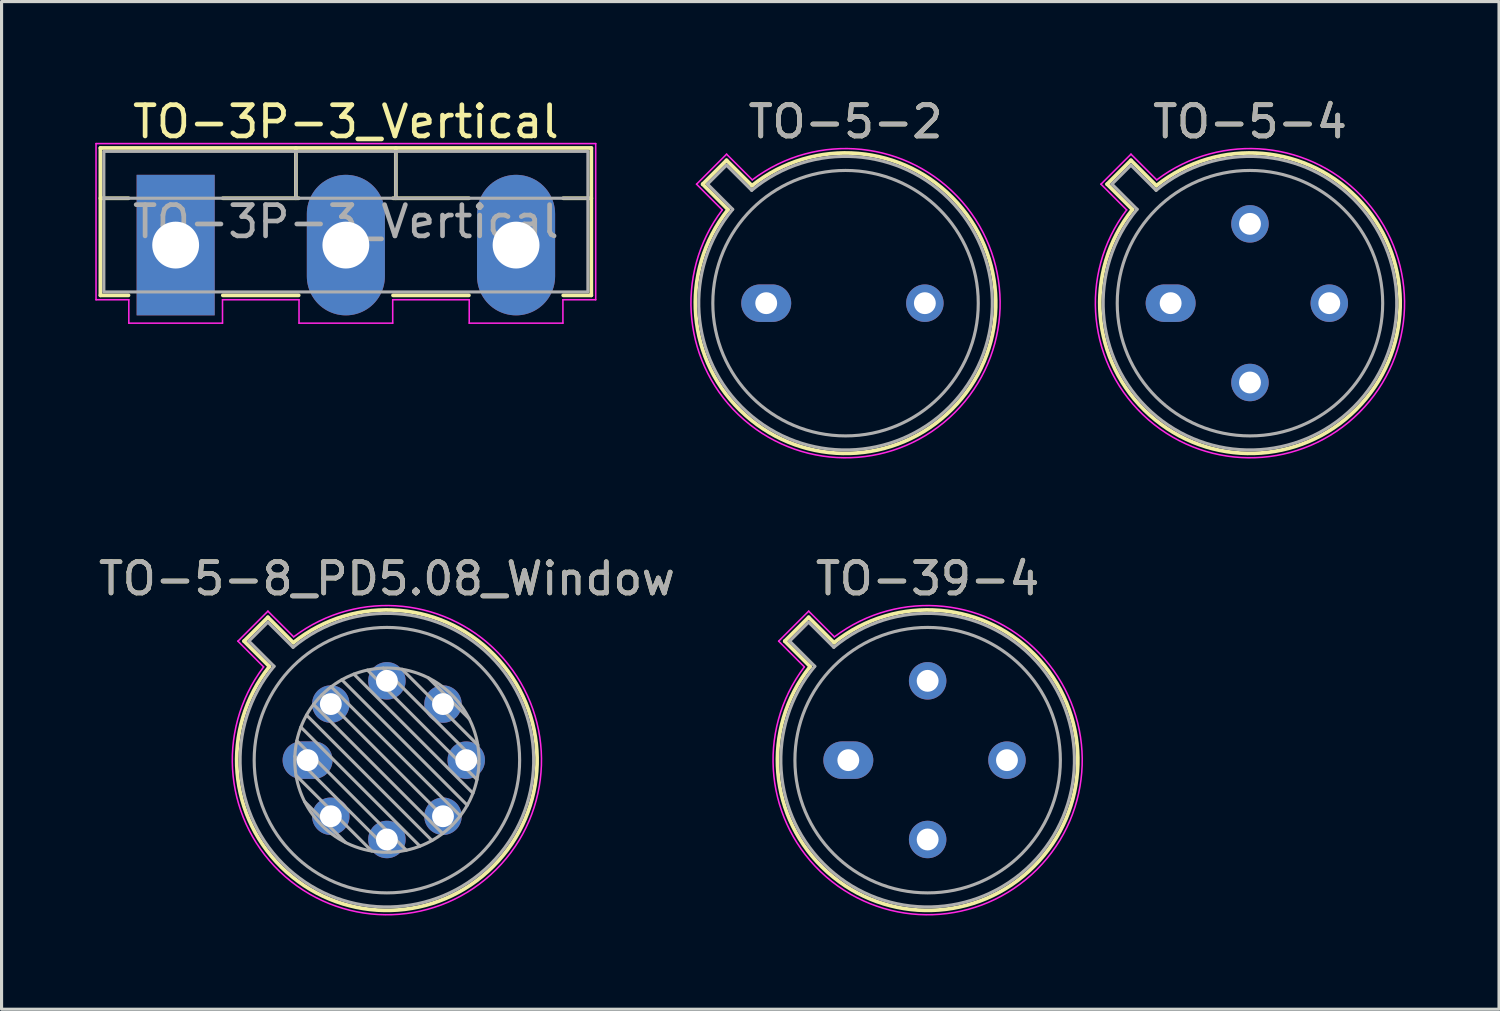
<source format=kicad_pcb>
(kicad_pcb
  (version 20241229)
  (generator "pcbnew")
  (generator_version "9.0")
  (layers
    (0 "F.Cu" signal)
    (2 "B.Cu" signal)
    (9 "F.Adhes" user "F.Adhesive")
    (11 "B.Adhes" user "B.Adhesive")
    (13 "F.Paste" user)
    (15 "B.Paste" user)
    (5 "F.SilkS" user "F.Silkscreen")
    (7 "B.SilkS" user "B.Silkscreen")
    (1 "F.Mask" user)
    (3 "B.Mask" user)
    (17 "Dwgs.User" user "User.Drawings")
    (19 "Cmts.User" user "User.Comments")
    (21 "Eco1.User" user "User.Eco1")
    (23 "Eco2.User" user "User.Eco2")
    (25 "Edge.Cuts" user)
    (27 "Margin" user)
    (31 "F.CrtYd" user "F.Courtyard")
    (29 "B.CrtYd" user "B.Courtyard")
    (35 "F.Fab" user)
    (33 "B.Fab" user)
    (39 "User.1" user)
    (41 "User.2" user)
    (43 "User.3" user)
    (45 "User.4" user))
  (footprint "TO-39-4"
    (layer "F.Cu")
    (at 24.114 21.291)
    (property "Reference" "TO-39-4" (at 2.54 -5.81 0) (layer "F.SilkS") (effects (font (size 1 1) (thickness 0.15))))
    (attr through_hole)
    (fp_line (start -2.035 -3.811) (end -1.222 -2.998) (stroke (width 0.12) (type solid)) (layer "F.SilkS"))
    (fp_line (start -1.271 -4.575) (end -2.035 -3.811) (stroke (width 0.12) (type solid)) (layer "F.SilkS"))
    (fp_line (start -0.458 -3.762) (end -1.271 -4.575) (stroke (width 0.12) (type solid)) (layer "F.SilkS"))
    (fp_arc (start -0.457844 -3.76152) (mid 5.941184 3.401184) (end -1.22152 -2.997844) (stroke (width 0.12) (type solid)) (layer "F.SilkS"))
    (fp_line (start -2.231 -3.81) (end -1.408 -2.986) (stroke (width 0.05) (type solid)) (layer "F.CrtYd"))
    (fp_line (start -1.27 -4.771) (end -2.231 -3.81) (stroke (width 0.05) (type solid)) (layer "F.CrtYd"))
    (fp_line (start -0.446 -3.948) (end -1.27 -4.771) (stroke (width 0.05) (type solid)) (layer "F.CrtYd"))
    (fp_arc (start -0.446162 -3.947827) (mid 6.040179 3.500179) (end -1.407827 -2.986162) (stroke (width 0.05) (type solid)) (layer "F.CrtYd"))
    (fp_line (start -1.88 -3.812) (end -1.074 -3.005) (stroke (width 0.1) (type solid)) (layer "F.Fab"))
    (fp_line (start -1.272 -4.42) (end -1.88 -3.812) (stroke (width 0.1) (type solid)) (layer "F.Fab"))
    (fp_line (start -0.465 -3.614) (end -1.272 -4.42) (stroke (width 0.1) (type solid)) (layer "F.Fab"))
    (fp_arc (start -0.465408 -3.61352) (mid 5.863402 3.323402) (end -1.07352 -3.005408) (stroke (width 0.1) (type solid)) (layer "F.Fab"))
    (fp_circle (center 2.54 0) (end 6.79 0) (stroke (width 0.1) (type solid)) (fill no) (layer "F.Fab"))
    (fp_text user "${REFERENCE}" (at 2.54 -5.81 0) (layer "F.Fab") (effects (font (size 1 1) (thickness 0.15))))
    (pad "1" thru_hole oval (at 0 0) (size 1.6 1.2) (drill 0.7) (layers "*.Cu" "*.Mask"))
    (pad "2" thru_hole circle (at 2.54 2.54) (size 1.2 1.2) (drill 0.7) (layers "*.Cu" "*.Mask"))
    (pad "3" thru_hole circle (at 5.08 0) (size 1.2 1.2) (drill 0.7) (layers "*.Cu" "*.Mask"))
    (pad "4" thru_hole circle (at 2.54 -2.54) (size 1.2 1.2) (drill 0.7) (layers "*.Cu" "*.Mask")))
  (footprint "TO-5-2"
    (layer "F.Cu")
    (at 21.485 6.658)
    (property "Reference" "TO-5-2" (at 2.54 -5.81 0) (layer "F.SilkS") (effects (font (size 1 1) (thickness 0.15))))
    (attr through_hole)
    (fp_line (start -2.035 -3.811) (end -1.222 -2.998) (stroke (width 0.12) (type solid)) (layer "F.SilkS"))
    (fp_line (start -1.271 -4.575) (end -2.035 -3.811) (stroke (width 0.12) (type solid)) (layer "F.SilkS"))
    (fp_line (start -0.458 -3.762) (end -1.271 -4.575) (stroke (width 0.12) (type solid)) (layer "F.SilkS"))
    (fp_arc (start -0.457844 -3.76152) (mid 5.941184 3.401184) (end -1.22152 -2.997844) (stroke (width 0.12) (type solid)) (layer "F.SilkS"))
    (fp_line (start -2.231 -3.81) (end -1.408 -2.986) (stroke (width 0.05) (type solid)) (layer "F.CrtYd"))
    (fp_line (start -1.27 -4.771) (end -2.231 -3.81) (stroke (width 0.05) (type solid)) (layer "F.CrtYd"))
    (fp_line (start -0.446 -3.948) (end -1.27 -4.771) (stroke (width 0.05) (type solid)) (layer "F.CrtYd"))
    (fp_arc (start -0.446162 -3.947827) (mid 6.040179 3.500179) (end -1.407827 -2.986162) (stroke (width 0.05) (type solid)) (layer "F.CrtYd"))
    (fp_line (start -1.88 -3.812) (end -1.074 -3.005) (stroke (width 0.1) (type solid)) (layer "F.Fab"))
    (fp_line (start -1.272 -4.42) (end -1.88 -3.812) (stroke (width 0.1) (type solid)) (layer "F.Fab"))
    (fp_line (start -0.465 -3.614) (end -1.272 -4.42) (stroke (width 0.1) (type solid)) (layer "F.Fab"))
    (fp_arc (start -0.465408 -3.61352) (mid 5.863402 3.323402) (end -1.07352 -3.005408) (stroke (width 0.1) (type solid)) (layer "F.Fab"))
    (fp_circle (center 2.54 0) (end 6.79 0) (stroke (width 0.1) (type solid)) (fill no) (layer "F.Fab"))
    (fp_text user "${REFERENCE}" (at 2.54 -5.81 0) (layer "F.Fab") (effects (font (size 1 1) (thickness 0.15))))
    (pad "1" thru_hole oval (at 0 0) (size 1.6 1.2) (drill 0.7) (layers "*.Cu" "*.Mask"))
    (pad "2" thru_hole circle (at 5.08 0) (size 1.2 1.2) (drill 0.7) (layers "*.Cu" "*.Mask")))
  (footprint "TO-5-4"
    (layer "F.Cu")
    (at 34.435 6.658)
    (property "Reference" "TO-5-4" (at 2.54 -5.81 0) (layer "F.SilkS") (effects (font (size 1 1) (thickness 0.15))))
    (attr through_hole)
    (fp_line (start -2.035 -3.811) (end -1.222 -2.998) (stroke (width 0.12) (type solid)) (layer "F.SilkS"))
    (fp_line (start -1.271 -4.575) (end -2.035 -3.811) (stroke (width 0.12) (type solid)) (layer "F.SilkS"))
    (fp_line (start -0.458 -3.762) (end -1.271 -4.575) (stroke (width 0.12) (type solid)) (layer "F.SilkS"))
    (fp_arc (start -0.457844 -3.76152) (mid 5.941184 3.401184) (end -1.22152 -2.997844) (stroke (width 0.12) (type solid)) (layer "F.SilkS"))
    (fp_line (start -2.231 -3.81) (end -1.408 -2.986) (stroke (width 0.05) (type solid)) (layer "F.CrtYd"))
    (fp_line (start -1.27 -4.771) (end -2.231 -3.81) (stroke (width 0.05) (type solid)) (layer "F.CrtYd"))
    (fp_line (start -0.446 -3.948) (end -1.27 -4.771) (stroke (width 0.05) (type solid)) (layer "F.CrtYd"))
    (fp_arc (start -0.446162 -3.947827) (mid 6.040179 3.500179) (end -1.407827 -2.986162) (stroke (width 0.05) (type solid)) (layer "F.CrtYd"))
    (fp_line (start -1.88 -3.812) (end -1.074 -3.005) (stroke (width 0.1) (type solid)) (layer "F.Fab"))
    (fp_line (start -1.272 -4.42) (end -1.88 -3.812) (stroke (width 0.1) (type solid)) (layer "F.Fab"))
    (fp_line (start -0.465 -3.614) (end -1.272 -4.42) (stroke (width 0.1) (type solid)) (layer "F.Fab"))
    (fp_arc (start -0.465408 -3.61352) (mid 5.863402 3.323402) (end -1.07352 -3.005408) (stroke (width 0.1) (type solid)) (layer "F.Fab"))
    (fp_circle (center 2.54 0) (end 6.79 0) (stroke (width 0.1) (type solid)) (fill no) (layer "F.Fab"))
    (fp_text user "${REFERENCE}" (at 2.54 -5.81 0) (layer "F.Fab") (effects (font (size 1 1) (thickness 0.15))))
    (pad "1" thru_hole oval (at 0 0) (size 1.6 1.2) (drill 0.7) (layers "*.Cu" "*.Mask"))
    (pad "2" thru_hole circle (at 2.54 2.54) (size 1.2 1.2) (drill 0.7) (layers "*.Cu" "*.Mask"))
    (pad "3" thru_hole circle (at 5.08 0) (size 1.2 1.2) (drill 0.7) (layers "*.Cu" "*.Mask"))
    (pad "4" thru_hole circle (at 2.54 -2.54) (size 1.2 1.2) (drill 0.7) (layers "*.Cu" "*.Mask")))
  (footprint "TO-3P-3_Vertical"
    (layer "F.Cu")
    (at 2.575 4.798)
    (property "Reference" "TO-3P-3_Vertical" (at 5.45 -3.95 0) (layer "F.SilkS") (effects (font (size 1 1) (thickness 0.15))))
    (attr through_hole)
    (fp_line (start -2.41 -3.11) (end 13.31 -3.11) (stroke (width 0.12) (type solid)) (layer "F.SilkS"))
    (fp_line (start -2.41 -1.5) (end -1.51 -1.5) (stroke (width 0.12) (type solid)) (layer "F.SilkS"))
    (fp_line (start -2.41 1.61) (end -2.41 -3.11) (stroke (width 0.12) (type solid)) (layer "F.SilkS"))
    (fp_line (start -1.51 1.61) (end -2.41 1.61) (stroke (width 0.12) (type solid)) (layer "F.SilkS"))
    (fp_line (start 1.51 -1.5) (end 3.94 -1.5) (stroke (width 0.12) (type solid)) (layer "F.SilkS"))
    (fp_line (start 3.85 -3.11) (end 3.85 -1.5) (stroke (width 0.12) (type solid)) (layer "F.SilkS"))
    (fp_line (start 3.94 1.61) (end 1.51 1.61) (stroke (width 0.12) (type solid)) (layer "F.SilkS"))
    (fp_line (start 6.96 -1.5) (end 9.39 -1.5) (stroke (width 0.12) (type solid)) (layer "F.SilkS"))
    (fp_line (start 7.05 -3.11) (end 7.05 -1.5) (stroke (width 0.12) (type solid)) (layer "F.SilkS"))
    (fp_line (start 9.39 1.61) (end 6.96 1.61) (stroke (width 0.12) (type solid)) (layer "F.SilkS"))
    (fp_line (start 12.41 -1.5) (end 13.31 -1.5) (stroke (width 0.12) (type solid)) (layer "F.SilkS"))
    (fp_line (start 13.31 -3.11) (end 13.31 1.61) (stroke (width 0.12) (type solid)) (layer "F.SilkS"))
    (fp_line (start 13.31 1.61) (end 12.41 1.61) (stroke (width 0.12) (type solid)) (layer "F.SilkS"))
    (fp_line (start -2.55 -3.25) (end 13.45 -3.25) (stroke (width 0.05) (type solid)) (layer "F.CrtYd"))
    (fp_line (start -2.55 1.75) (end -2.55 -3.25) (stroke (width 0.05) (type solid)) (layer "F.CrtYd"))
    (fp_line (start -1.5 1.75) (end -2.55 1.75) (stroke (width 0.05) (type solid)) (layer "F.CrtYd"))
    (fp_line (start -1.5 2.5) (end -1.5 1.75) (stroke (width 0.05) (type solid)) (layer "F.CrtYd"))
    (fp_line (start 1.5 1.75) (end 1.5 2.5) (stroke (width 0.05) (type solid)) (layer "F.CrtYd"))
    (fp_line (start 1.5 2.5) (end -1.5 2.5) (stroke (width 0.05) (type solid)) (layer "F.CrtYd"))
    (fp_line (start 3.95 1.75) (end 1.5 1.75) (stroke (width 0.05) (type solid)) (layer "F.CrtYd"))
    (fp_line (start 3.95 2.5) (end 3.95 1.75) (stroke (width 0.05) (type solid)) (layer "F.CrtYd"))
    (fp_line (start 6.95 1.75) (end 6.95 2.5) (stroke (width 0.05) (type solid)) (layer "F.CrtYd"))
    (fp_line (start 6.95 2.5) (end 3.95 2.5) (stroke (width 0.05) (type solid)) (layer "F.CrtYd"))
    (fp_line (start 9.4 1.75) (end 6.95 1.75) (stroke (width 0.05) (type solid)) (layer "F.CrtYd"))
    (fp_line (start 9.4 2.5) (end 9.4 1.75) (stroke (width 0.05) (type solid)) (layer "F.CrtYd"))
    (fp_line (start 12.4 1.75) (end 12.4 2.5) (stroke (width 0.05) (type solid)) (layer "F.CrtYd"))
    (fp_line (start 12.4 2.5) (end 9.4 2.5) (stroke (width 0.05) (type solid)) (layer "F.CrtYd"))
    (fp_line (start 13.45 -3.25) (end 13.45 1.75) (stroke (width 0.05) (type solid)) (layer "F.CrtYd"))
    (fp_line (start 13.45 1.75) (end 12.4 1.75) (stroke (width 0.05) (type solid)) (layer "F.CrtYd"))
    (fp_line (start -2.3 -1.5) (end 13.2 -1.5) (stroke (width 0.1) (type solid)) (layer "F.Fab"))
    (fp_line (start 3.85 -3) (end 3.85 -1.5) (stroke (width 0.1) (type solid)) (layer "F.Fab"))
    (fp_line (start 7.05 -3) (end 7.05 -1.5) (stroke (width 0.1) (type solid)) (layer "F.Fab"))
    (fp_rect (start -2.3 -3) (end 13.2 1.5) (stroke (width 0.1) (type solid)) (fill no) (layer "F.Fab"))
    (fp_text user "${REFERENCE}" (at 5.45 -0.75 0) (layer "F.Fab") (effects (font (size 1 1) (thickness 0.15))))
    (pad "1" thru_hole rect (at 0 0) (size 2.5 4.5) (drill 1.5) (layers "*.Cu" "*.Mask"))
    (pad "2" thru_hole oval (at 5.45 0) (size 2.5 4.5) (drill 1.5) (layers "*.Cu" "*.Mask"))
    (pad "3" thru_hole oval (at 10.9 0) (size 2.5 4.5) (drill 1.5) (layers "*.Cu" "*.Mask")))
  (footprint "TO-5-8_PD5.08_Window"
    (layer "F.Cu")
    (at 6.799 21.291)
    (property "Reference" "TO-5-8_PD5.08_Window" (at 2.54 -5.81 0) (layer "F.SilkS") (effects (font (size 1 1) (thickness 0.15))))
    (attr through_hole)
    (fp_line (start -2.035 -3.811) (end -1.222 -2.998) (stroke (width 0.12) (type solid)) (layer "F.SilkS"))
    (fp_line (start -1.271 -4.575) (end -2.035 -3.811) (stroke (width 0.12) (type solid)) (layer "F.SilkS"))
    (fp_line (start -0.458 -3.762) (end -1.271 -4.575) (stroke (width 0.12) (type solid)) (layer "F.SilkS"))
    (fp_arc (start -0.457844 -3.76152) (mid 5.941184 3.401184) (end -1.22152 -2.997844) (stroke (width 0.12) (type solid)) (layer "F.SilkS"))
    (fp_line (start -2.231 -3.81) (end -1.408 -2.986) (stroke (width 0.05) (type solid)) (layer "F.CrtYd"))
    (fp_line (start -1.27 -4.771) (end -2.231 -3.81) (stroke (width 0.05) (type solid)) (layer "F.CrtYd"))
    (fp_line (start -0.446 -3.948) (end -1.27 -4.771) (stroke (width 0.05) (type solid)) (layer "F.CrtYd"))
    (fp_arc (start -0.446162 -3.947827) (mid 6.040179 3.500179) (end -1.407827 -2.986162) (stroke (width 0.05) (type solid)) (layer "F.CrtYd"))
    (fp_line (start -1.88 -3.812) (end -1.074 -3.005) (stroke (width 0.1) (type solid)) (layer "F.Fab"))
    (fp_line (start -1.272 -4.42) (end -1.88 -3.812) (stroke (width 0.1) (type solid)) (layer "F.Fab"))
    (fp_line (start -0.465 -3.614) (end -1.272 -4.42) (stroke (width 0.1) (type solid)) (layer "F.Fab"))
    (fp_line (start -0.408 -0.12) (end 2.66 2.948) (stroke (width 0.1) (type solid)) (layer "F.Fab"))
    (fp_line (start -0.371 0.485) (end 2.055 2.911) (stroke (width 0.1) (type solid)) (layer "F.Fab"))
    (fp_line (start -0.344 -0.622) (end 3.162 2.884) (stroke (width 0.1) (type solid)) (layer "F.Fab"))
    (fp_line (start -0.215 -1.058) (end 3.598 2.755) (stroke (width 0.1) (type solid)) (layer "F.Fab"))
    (fp_line (start -0.097 1.324) (end 1.216 2.637) (stroke (width 0.1) (type solid)) (layer "F.Fab"))
    (fp_line (start -0.034 -1.443) (end 3.983 2.574) (stroke (width 0.1) (type solid)) (layer "F.Fab"))
    (fp_line (start 0.19 -1.784) (end 4.324 2.35) (stroke (width 0.1) (type solid)) (layer "F.Fab"))
    (fp_line (start 0.454 -2.086) (end 4.626 2.086) (stroke (width 0.1) (type solid)) (layer "F.Fab"))
    (fp_line (start 0.756 -2.35) (end 4.89 1.784) (stroke (width 0.1) (type solid)) (layer "F.Fab"))
    (fp_line (start 1.097 -2.574) (end 5.114 1.443) (stroke (width 0.1) (type solid)) (layer "F.Fab"))
    (fp_line (start 1.482 -2.755) (end 5.295 1.058) (stroke (width 0.1) (type solid)) (layer "F.Fab"))
    (fp_line (start 1.918 -2.884) (end 5.424 0.622) (stroke (width 0.1) (type solid)) (layer "F.Fab"))
    (fp_line (start 2.42 -2.948) (end 5.488 0.12) (stroke (width 0.1) (type solid)) (layer "F.Fab"))
    (fp_line (start 3.025 -2.911) (end 5.451 -0.485) (stroke (width 0.1) (type solid)) (layer "F.Fab"))
    (fp_line (start 3.864 -2.637) (end 5.177 -1.324) (stroke (width 0.1) (type solid)) (layer "F.Fab"))
    (fp_arc (start -0.465408 -3.61352) (mid 5.863402 3.323402) (end -1.07352 -3.005408) (stroke (width 0.1) (type solid)) (layer "F.Fab"))
    (fp_circle (center 2.54 0) (end 5.49 0) (stroke (width 0.1) (type solid)) (fill no) (layer "F.Fab"))
    (fp_circle (center 2.54 0) (end 6.79 0) (stroke (width 0.1) (type solid)) (fill no) (layer "F.Fab"))
    (fp_text user "${REFERENCE}" (at 2.54 -5.81 0) (layer "F.Fab") (effects (font (size 1 1) (thickness 0.15))))
    (pad "1" thru_hole oval (at 0 0) (size 1.6 1.2) (drill 0.7) (layers "*.Cu" "*.Mask"))
    (pad "2" thru_hole circle (at 0.744 1.796) (size 1.2 1.2) (drill 0.7) (layers "*.Cu" "*.Mask"))
    (pad "3" thru_hole circle (at 2.54 2.54) (size 1.2 1.2) (drill 0.7) (layers "*.Cu" "*.Mask"))
    (pad "4" thru_hole circle (at 4.336 1.796) (size 1.2 1.2) (drill 0.7) (layers "*.Cu" "*.Mask"))
    (pad "5" thru_hole circle (at 5.08 0) (size 1.2 1.2) (drill 0.7) (layers "*.Cu" "*.Mask"))
    (pad "6" thru_hole circle (at 4.336 -1.796) (size 1.2 1.2) (drill 0.7) (layers "*.Cu" "*.Mask"))
    (pad "7" thru_hole circle (at 2.54 -2.54) (size 1.2 1.2) (drill 0.7) (layers "*.Cu" "*.Mask"))
    (pad "8" thru_hole circle (at 0.744 -1.796) (size 1.2 1.2) (drill 0.7) (layers "*.Cu" "*.Mask")))
  (gr_rect
    (start -3 -3)
    (end 44.95 29.267)
    (stroke (width 0.1) (type default))
    (fill no)
    (layer "Edge.Cuts")))
</source>
